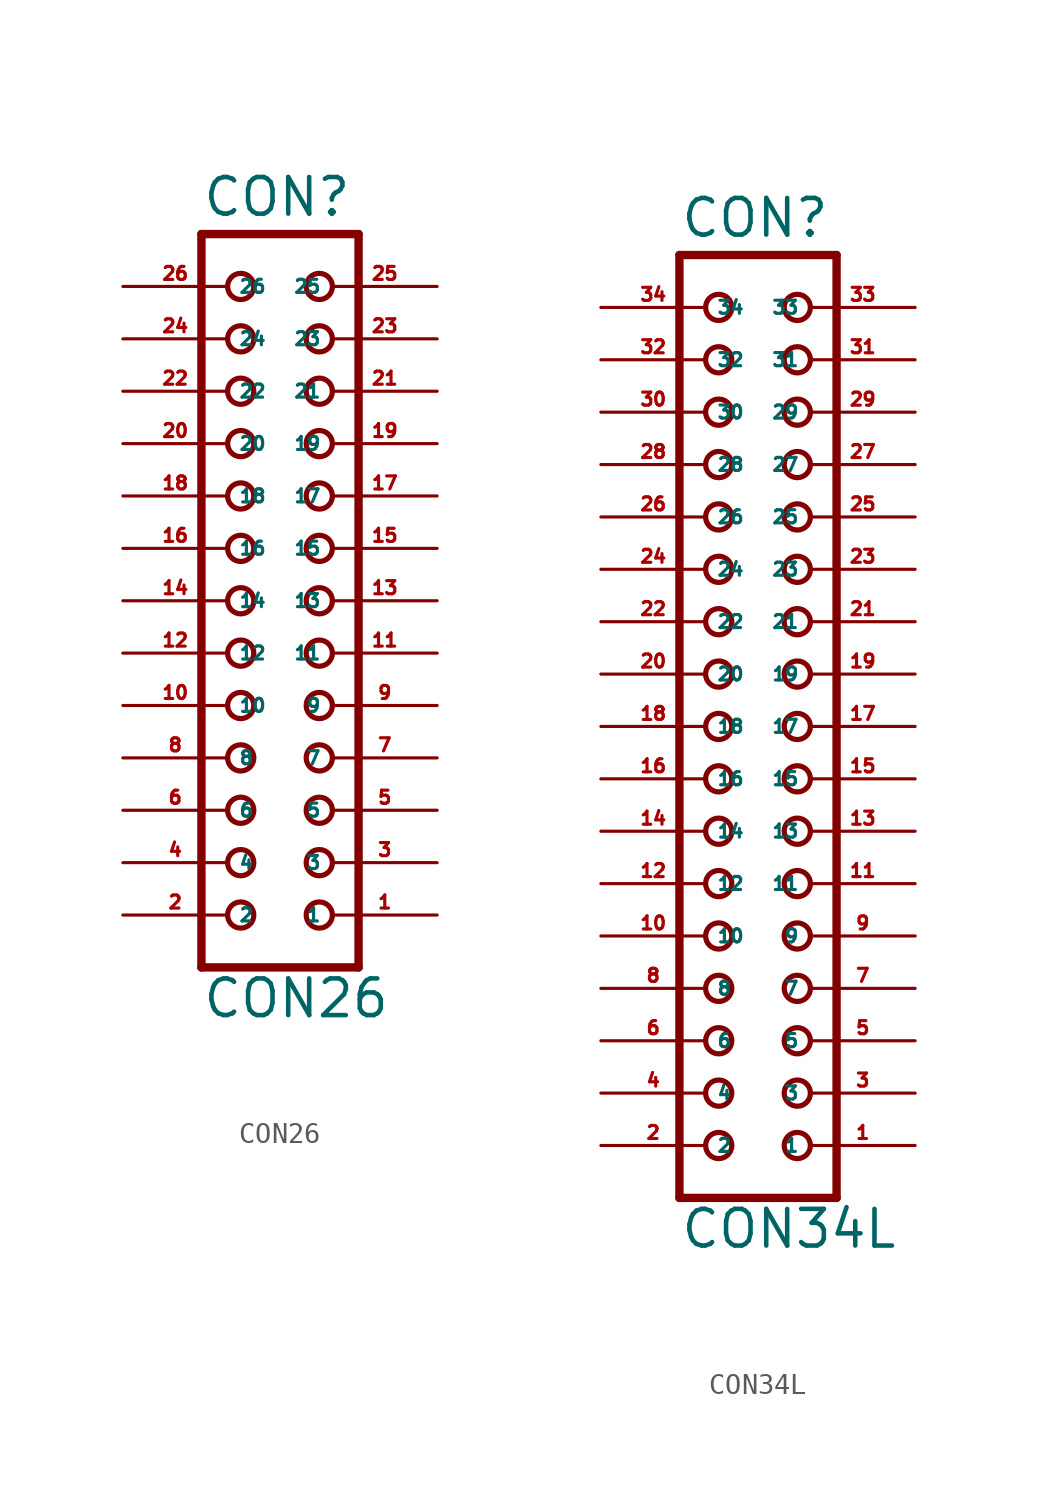
<source format=kicad_sym>
(kicad_symbol_lib
  (version 20220914)
  (generator Eagle2Kicad)
  (symbol "CON26"
    (property "Reference" "CON"
      (at -3.81 18.542 0)
      (effects (font (size 1.778 1.778) (thickness 0.22)) (justify left bottom)))
    (property "Value" "CON26"
      (at -3.81 -20.32 0)
      (effects (font (size 1.778 1.778) (thickness 0.22)) (justify left bottom)))
    (polyline
      (pts (xy 3.81 -17.78) (xy -3.81 -17.78))
      (stroke (width 0.406) (type default))
      (fill (type none)))
    (polyline
      (pts (xy -3.81 17.78) (xy -3.81 -17.78))
      (stroke (width 0.406) (type default))
      (fill (type none)))
    (polyline
      (pts (xy -3.81 17.78) (xy 3.81 17.78))
      (stroke (width 0.406) (type default))
      (fill (type none)))
    (polyline
      (pts (xy 3.81 -17.78) (xy 3.81 17.78))
      (stroke (width 0.406) (type default))
      (fill (type none)))
    (circle
      (center 1.905 -15.24)
      (radius 0.635)
      (stroke (width 0.254) (type default))
      (fill (type none)))
    (circle
      (center 1.905 -12.7)
      (radius 0.635)
      (stroke (width 0.254) (type default))
      (fill (type none)))
    (circle
      (center 1.905 -10.16)
      (radius 0.635)
      (stroke (width 0.254) (type default))
      (fill (type none)))
    (circle
      (center 1.905 -7.62)
      (radius 0.635)
      (stroke (width 0.254) (type default))
      (fill (type none)))
    (circle
      (center 1.905 -5.08)
      (radius 0.635)
      (stroke (width 0.254) (type default))
      (fill (type none)))
    (circle
      (center 1.905 -2.54)
      (radius 0.635)
      (stroke (width 0.254) (type default))
      (fill (type none)))
    (circle
      (center 1.905 0)
      (radius 0.635)
      (stroke (width 0.254) (type default))
      (fill (type none)))
    (circle
      (center 1.905 2.54)
      (radius 0.635)
      (stroke (width 0.254) (type default))
      (fill (type none)))
    (circle
      (center 1.905 5.08)
      (radius 0.635)
      (stroke (width 0.254) (type default))
      (fill (type none)))
    (circle
      (center 1.905 7.62)
      (radius 0.635)
      (stroke (width 0.254) (type default))
      (fill (type none)))
    (circle
      (center 1.905 10.16)
      (radius 0.635)
      (stroke (width 0.254) (type default))
      (fill (type none)))
    (circle
      (center 1.905 12.7)
      (radius 0.635)
      (stroke (width 0.254) (type default))
      (fill (type none)))
    (circle
      (center 1.905 15.24)
      (radius 0.635)
      (stroke (width 0.254) (type default))
      (fill (type none)))
    (circle
      (center -1.905 -15.24)
      (radius 0.635)
      (stroke (width 0.254) (type default))
      (fill (type none)))
    (circle
      (center -1.905 -12.7)
      (radius 0.635)
      (stroke (width 0.254) (type default))
      (fill (type none)))
    (circle
      (center -1.905 -10.16)
      (radius 0.635)
      (stroke (width 0.254) (type default))
      (fill (type none)))
    (circle
      (center -1.905 -7.62)
      (radius 0.635)
      (stroke (width 0.254) (type default))
      (fill (type none)))
    (circle
      (center -1.905 -5.08)
      (radius 0.635)
      (stroke (width 0.254) (type default))
      (fill (type none)))
    (circle
      (center -1.905 -2.54)
      (radius 0.635)
      (stroke (width 0.254) (type default))
      (fill (type none)))
    (circle
      (center -1.905 0)
      (radius 0.635)
      (stroke (width 0.254) (type default))
      (fill (type none)))
    (circle
      (center -1.905 2.54)
      (radius 0.635)
      (stroke (width 0.254) (type default))
      (fill (type none)))
    (circle
      (center -1.905 5.08)
      (radius 0.635)
      (stroke (width 0.254) (type default))
      (fill (type none)))
    (circle
      (center -1.905 7.62)
      (radius 0.635)
      (stroke (width 0.254) (type default))
      (fill (type none)))
    (circle
      (center -1.905 10.16)
      (radius 0.635)
      (stroke (width 0.254) (type default))
      (fill (type none)))
    (circle
      (center -1.905 12.7)
      (radius 0.635)
      (stroke (width 0.254) (type default))
      (fill (type none)))
    (circle
      (center -1.905 15.24)
      (radius 0.635)
      (stroke (width 0.254) (type default))
      (fill (type none)))
    (pin passive line
      (at 7.62 -15.24 180)
      (length 5.08)
      (name "1" (effects (font (size 0.635 0.635) (thickness 0.08)) (justify left bottom)))
      (number "1" (effects (font (size 0.635 0.635) (thickness 0.08)) (justify left bottom))))
    (pin passive line
      (at -7.62 -15.24 0)
      (length 5.08)
      (name "2" (effects (font (size 0.635 0.635) (thickness 0.08)) (justify left bottom)))
      (number "2" (effects (font (size 0.635 0.635) (thickness 0.08)) (justify left bottom))))
    (pin passive line
      (at 7.62 -12.7 180)
      (length 5.08)
      (name "3" (effects (font (size 0.635 0.635) (thickness 0.08)) (justify left bottom)))
      (number "3" (effects (font (size 0.635 0.635) (thickness 0.08)) (justify left bottom))))
    (pin passive line
      (at -7.62 -12.7 0)
      (length 5.08)
      (name "4" (effects (font (size 0.635 0.635) (thickness 0.08)) (justify left bottom)))
      (number "4" (effects (font (size 0.635 0.635) (thickness 0.08)) (justify left bottom))))
    (pin passive line
      (at 7.62 -10.16 180)
      (length 5.08)
      (name "5" (effects (font (size 0.635 0.635) (thickness 0.08)) (justify left bottom)))
      (number "5" (effects (font (size 0.635 0.635) (thickness 0.08)) (justify left bottom))))
    (pin passive line
      (at -7.62 -10.16 0)
      (length 5.08)
      (name "6" (effects (font (size 0.635 0.635) (thickness 0.08)) (justify left bottom)))
      (number "6" (effects (font (size 0.635 0.635) (thickness 0.08)) (justify left bottom))))
    (pin passive line
      (at 7.62 -7.62 180)
      (length 5.08)
      (name "7" (effects (font (size 0.635 0.635) (thickness 0.08)) (justify left bottom)))
      (number "7" (effects (font (size 0.635 0.635) (thickness 0.08)) (justify left bottom))))
    (pin passive line
      (at -7.62 -7.62 0)
      (length 5.08)
      (name "8" (effects (font (size 0.635 0.635) (thickness 0.08)) (justify left bottom)))
      (number "8" (effects (font (size 0.635 0.635) (thickness 0.08)) (justify left bottom))))
    (pin passive line
      (at 7.62 -5.08 180)
      (length 5.08)
      (name "9" (effects (font (size 0.635 0.635) (thickness 0.08)) (justify left bottom)))
      (number "9" (effects (font (size 0.635 0.635) (thickness 0.08)) (justify left bottom))))
    (pin passive line
      (at -7.62 -5.08 0)
      (length 5.08)
      (name "10" (effects (font (size 0.635 0.635) (thickness 0.08)) (justify left bottom)))
      (number "10" (effects (font (size 0.635 0.635) (thickness 0.08)) (justify left bottom))))
    (pin passive line
      (at 7.62 -2.54 180)
      (length 5.08)
      (name "11" (effects (font (size 0.635 0.635) (thickness 0.08)) (justify left bottom)))
      (number "11" (effects (font (size 0.635 0.635) (thickness 0.08)) (justify left bottom))))
    (pin passive line
      (at -7.62 -2.54 0)
      (length 5.08)
      (name "12" (effects (font (size 0.635 0.635) (thickness 0.08)) (justify left bottom)))
      (number "12" (effects (font (size 0.635 0.635) (thickness 0.08)) (justify left bottom))))
    (pin passive line
      (at 7.62 0 180)
      (length 5.08)
      (name "13" (effects (font (size 0.635 0.635) (thickness 0.08)) (justify left bottom)))
      (number "13" (effects (font (size 0.635 0.635) (thickness 0.08)) (justify left bottom))))
    (pin passive line
      (at -7.62 0 0)
      (length 5.08)
      (name "14" (effects (font (size 0.635 0.635) (thickness 0.08)) (justify left bottom)))
      (number "14" (effects (font (size 0.635 0.635) (thickness 0.08)) (justify left bottom))))
    (pin passive line
      (at 7.62 2.54 180)
      (length 5.08)
      (name "15" (effects (font (size 0.635 0.635) (thickness 0.08)) (justify left bottom)))
      (number "15" (effects (font (size 0.635 0.635) (thickness 0.08)) (justify left bottom))))
    (pin passive line
      (at -7.62 2.54 0)
      (length 5.08)
      (name "16" (effects (font (size 0.635 0.635) (thickness 0.08)) (justify left bottom)))
      (number "16" (effects (font (size 0.635 0.635) (thickness 0.08)) (justify left bottom))))
    (pin passive line
      (at 7.62 5.08 180)
      (length 5.08)
      (name "17" (effects (font (size 0.635 0.635) (thickness 0.08)) (justify left bottom)))
      (number "17" (effects (font (size 0.635 0.635) (thickness 0.08)) (justify left bottom))))
    (pin passive line
      (at -7.62 5.08 0)
      (length 5.08)
      (name "18" (effects (font (size 0.635 0.635) (thickness 0.08)) (justify left bottom)))
      (number "18" (effects (font (size 0.635 0.635) (thickness 0.08)) (justify left bottom))))
    (pin passive line
      (at 7.62 7.62 180)
      (length 5.08)
      (name "19" (effects (font (size 0.635 0.635) (thickness 0.08)) (justify left bottom)))
      (number "19" (effects (font (size 0.635 0.635) (thickness 0.08)) (justify left bottom))))
    (pin passive line
      (at -7.62 7.62 0)
      (length 5.08)
      (name "20" (effects (font (size 0.635 0.635) (thickness 0.08)) (justify left bottom)))
      (number "20" (effects (font (size 0.635 0.635) (thickness 0.08)) (justify left bottom))))
    (pin passive line
      (at 7.62 10.16 180)
      (length 5.08)
      (name "21" (effects (font (size 0.635 0.635) (thickness 0.08)) (justify left bottom)))
      (number "21" (effects (font (size 0.635 0.635) (thickness 0.08)) (justify left bottom))))
    (pin passive line
      (at -7.62 10.16 0)
      (length 5.08)
      (name "22" (effects (font (size 0.635 0.635) (thickness 0.08)) (justify left bottom)))
      (number "22" (effects (font (size 0.635 0.635) (thickness 0.08)) (justify left bottom))))
    (pin passive line
      (at 7.62 12.7 180)
      (length 5.08)
      (name "23" (effects (font (size 0.635 0.635) (thickness 0.08)) (justify left bottom)))
      (number "23" (effects (font (size 0.635 0.635) (thickness 0.08)) (justify left bottom))))
    (pin passive line
      (at -7.62 12.7 0)
      (length 5.08)
      (name "24" (effects (font (size 0.635 0.635) (thickness 0.08)) (justify left bottom)))
      (number "24" (effects (font (size 0.635 0.635) (thickness 0.08)) (justify left bottom))))
    (pin passive line
      (at 7.62 15.24 180)
      (length 5.08)
      (name "25" (effects (font (size 0.635 0.635) (thickness 0.08)) (justify left bottom)))
      (number "25" (effects (font (size 0.635 0.635) (thickness 0.08)) (justify left bottom))))
    (pin passive line
      (at -7.62 15.24 0)
      (length 5.08)
      (name "26" (effects (font (size 0.635 0.635) (thickness 0.08)) (justify left bottom)))
      (number "26" (effects (font (size 0.635 0.635) (thickness 0.08)) (justify left bottom)))))
  (symbol "CON34L"
    (property "Reference" "CON"
      (at -3.81 23.622 0)
      (effects (font (size 1.778 1.778) (thickness 0.22)) (justify left bottom)))
    (property "Value" "CON34L"
      (at -3.81 -25.4 0)
      (effects (font (size 1.778 1.778) (thickness 0.22)) (justify left bottom)))
    (polyline
      (pts (xy 3.81 -22.86) (xy -3.81 -22.86))
      (stroke (width 0.406) (type default))
      (fill (type none)))
    (polyline
      (pts (xy -3.81 22.86) (xy -3.81 -22.86))
      (stroke (width 0.406) (type default))
      (fill (type none)))
    (polyline
      (pts (xy -3.81 22.86) (xy 3.81 22.86))
      (stroke (width 0.406) (type default))
      (fill (type none)))
    (polyline
      (pts (xy 3.81 -22.86) (xy 3.81 22.86))
      (stroke (width 0.406) (type default))
      (fill (type none)))
    (circle
      (center 1.905 -20.32)
      (radius 0.635)
      (stroke (width 0.254) (type default))
      (fill (type none)))
    (circle
      (center 1.905 -17.78)
      (radius 0.635)
      (stroke (width 0.254) (type default))
      (fill (type none)))
    (circle
      (center 1.905 -15.24)
      (radius 0.635)
      (stroke (width 0.254) (type default))
      (fill (type none)))
    (circle
      (center 1.905 -12.7)
      (radius 0.635)
      (stroke (width 0.254) (type default))
      (fill (type none)))
    (circle
      (center 1.905 -10.16)
      (radius 0.635)
      (stroke (width 0.254) (type default))
      (fill (type none)))
    (circle
      (center 1.905 -7.62)
      (radius 0.635)
      (stroke (width 0.254) (type default))
      (fill (type none)))
    (circle
      (center 1.905 -5.08)
      (radius 0.635)
      (stroke (width 0.254) (type default))
      (fill (type none)))
    (circle
      (center 1.905 -2.54)
      (radius 0.635)
      (stroke (width 0.254) (type default))
      (fill (type none)))
    (circle
      (center -1.905 -20.32)
      (radius 0.635)
      (stroke (width 0.254) (type default))
      (fill (type none)))
    (circle
      (center -1.905 -17.78)
      (radius 0.635)
      (stroke (width 0.254) (type default))
      (fill (type none)))
    (circle
      (center -1.905 -15.24)
      (radius 0.635)
      (stroke (width 0.254) (type default))
      (fill (type none)))
    (circle
      (center -1.905 -12.7)
      (radius 0.635)
      (stroke (width 0.254) (type default))
      (fill (type none)))
    (circle
      (center -1.905 -10.16)
      (radius 0.635)
      (stroke (width 0.254) (type default))
      (fill (type none)))
    (circle
      (center -1.905 -7.62)
      (radius 0.635)
      (stroke (width 0.254) (type default))
      (fill (type none)))
    (circle
      (center -1.905 -5.08)
      (radius 0.635)
      (stroke (width 0.254) (type default))
      (fill (type none)))
    (circle
      (center -1.905 -2.54)
      (radius 0.635)
      (stroke (width 0.254) (type default))
      (fill (type none)))
    (circle
      (center 1.905 0)
      (radius 0.635)
      (stroke (width 0.254) (type default))
      (fill (type none)))
    (circle
      (center 1.905 2.54)
      (radius 0.635)
      (stroke (width 0.254) (type default))
      (fill (type none)))
    (circle
      (center 1.905 5.08)
      (radius 0.635)
      (stroke (width 0.254) (type default))
      (fill (type none)))
    (circle
      (center 1.905 7.62)
      (radius 0.635)
      (stroke (width 0.254) (type default))
      (fill (type none)))
    (circle
      (center 1.905 10.16)
      (radius 0.635)
      (stroke (width 0.254) (type default))
      (fill (type none)))
    (circle
      (center 1.905 12.7)
      (radius 0.635)
      (stroke (width 0.254) (type default))
      (fill (type none)))
    (circle
      (center 1.905 15.24)
      (radius 0.635)
      (stroke (width 0.254) (type default))
      (fill (type none)))
    (circle
      (center 1.905 17.78)
      (radius 0.635)
      (stroke (width 0.254) (type default))
      (fill (type none)))
    (circle
      (center -1.905 0)
      (radius 0.635)
      (stroke (width 0.254) (type default))
      (fill (type none)))
    (circle
      (center -1.905 2.54)
      (radius 0.635)
      (stroke (width 0.254) (type default))
      (fill (type none)))
    (circle
      (center -1.905 5.08)
      (radius 0.635)
      (stroke (width 0.254) (type default))
      (fill (type none)))
    (circle
      (center -1.905 7.62)
      (radius 0.635)
      (stroke (width 0.254) (type default))
      (fill (type none)))
    (circle
      (center -1.905 10.16)
      (radius 0.635)
      (stroke (width 0.254) (type default))
      (fill (type none)))
    (circle
      (center -1.905 12.7)
      (radius 0.635)
      (stroke (width 0.254) (type default))
      (fill (type none)))
    (circle
      (center -1.905 15.24)
      (radius 0.635)
      (stroke (width 0.254) (type default))
      (fill (type none)))
    (circle
      (center -1.905 17.78)
      (radius 0.635)
      (stroke (width 0.254) (type default))
      (fill (type none)))
    (circle
      (center -1.905 20.32)
      (radius 0.635)
      (stroke (width 0.254) (type default))
      (fill (type none)))
    (circle
      (center 1.905 20.32)
      (radius 0.635)
      (stroke (width 0.254) (type default))
      (fill (type none)))
    (pin passive line
      (at 7.62 -20.32 180)
      (length 5.08)
      (name "1" (effects (font (size 0.635 0.635) (thickness 0.08)) (justify left bottom)))
      (number "1" (effects (font (size 0.635 0.635) (thickness 0.08)) (justify left bottom))))
    (pin passive line
      (at -7.62 -20.32 0)
      (length 5.08)
      (name "2" (effects (font (size 0.635 0.635) (thickness 0.08)) (justify left bottom)))
      (number "2" (effects (font (size 0.635 0.635) (thickness 0.08)) (justify left bottom))))
    (pin passive line
      (at 7.62 -17.78 180)
      (length 5.08)
      (name "3" (effects (font (size 0.635 0.635) (thickness 0.08)) (justify left bottom)))
      (number "3" (effects (font (size 0.635 0.635) (thickness 0.08)) (justify left bottom))))
    (pin passive line
      (at -7.62 -17.78 0)
      (length 5.08)
      (name "4" (effects (font (size 0.635 0.635) (thickness 0.08)) (justify left bottom)))
      (number "4" (effects (font (size 0.635 0.635) (thickness 0.08)) (justify left bottom))))
    (pin passive line
      (at 7.62 -15.24 180)
      (length 5.08)
      (name "5" (effects (font (size 0.635 0.635) (thickness 0.08)) (justify left bottom)))
      (number "5" (effects (font (size 0.635 0.635) (thickness 0.08)) (justify left bottom))))
    (pin passive line
      (at -7.62 -15.24 0)
      (length 5.08)
      (name "6" (effects (font (size 0.635 0.635) (thickness 0.08)) (justify left bottom)))
      (number "6" (effects (font (size 0.635 0.635) (thickness 0.08)) (justify left bottom))))
    (pin passive line
      (at 7.62 -12.7 180)
      (length 5.08)
      (name "7" (effects (font (size 0.635 0.635) (thickness 0.08)) (justify left bottom)))
      (number "7" (effects (font (size 0.635 0.635) (thickness 0.08)) (justify left bottom))))
    (pin passive line
      (at -7.62 -12.7 0)
      (length 5.08)
      (name "8" (effects (font (size 0.635 0.635) (thickness 0.08)) (justify left bottom)))
      (number "8" (effects (font (size 0.635 0.635) (thickness 0.08)) (justify left bottom))))
    (pin passive line
      (at 7.62 -10.16 180)
      (length 5.08)
      (name "9" (effects (font (size 0.635 0.635) (thickness 0.08)) (justify left bottom)))
      (number "9" (effects (font (size 0.635 0.635) (thickness 0.08)) (justify left bottom))))
    (pin passive line
      (at -7.62 -10.16 0)
      (length 5.08)
      (name "10" (effects (font (size 0.635 0.635) (thickness 0.08)) (justify left bottom)))
      (number "10" (effects (font (size 0.635 0.635) (thickness 0.08)) (justify left bottom))))
    (pin passive line
      (at 7.62 -7.62 180)
      (length 5.08)
      (name "11" (effects (font (size 0.635 0.635) (thickness 0.08)) (justify left bottom)))
      (number "11" (effects (font (size 0.635 0.635) (thickness 0.08)) (justify left bottom))))
    (pin passive line
      (at -7.62 -7.62 0)
      (length 5.08)
      (name "12" (effects (font (size 0.635 0.635) (thickness 0.08)) (justify left bottom)))
      (number "12" (effects (font (size 0.635 0.635) (thickness 0.08)) (justify left bottom))))
    (pin passive line
      (at 7.62 -5.08 180)
      (length 5.08)
      (name "13" (effects (font (size 0.635 0.635) (thickness 0.08)) (justify left bottom)))
      (number "13" (effects (font (size 0.635 0.635) (thickness 0.08)) (justify left bottom))))
    (pin passive line
      (at -7.62 -5.08 0)
      (length 5.08)
      (name "14" (effects (font (size 0.635 0.635) (thickness 0.08)) (justify left bottom)))
      (number "14" (effects (font (size 0.635 0.635) (thickness 0.08)) (justify left bottom))))
    (pin passive line
      (at 7.62 -2.54 180)
      (length 5.08)
      (name "15" (effects (font (size 0.635 0.635) (thickness 0.08)) (justify left bottom)))
      (number "15" (effects (font (size 0.635 0.635) (thickness 0.08)) (justify left bottom))))
    (pin passive line
      (at -7.62 -2.54 0)
      (length 5.08)
      (name "16" (effects (font (size 0.635 0.635) (thickness 0.08)) (justify left bottom)))
      (number "16" (effects (font (size 0.635 0.635) (thickness 0.08)) (justify left bottom))))
    (pin passive line
      (at 7.62 0 180)
      (length 5.08)
      (name "17" (effects (font (size 0.635 0.635) (thickness 0.08)) (justify left bottom)))
      (number "17" (effects (font (size 0.635 0.635) (thickness 0.08)) (justify left bottom))))
    (pin passive line
      (at -7.62 0 0)
      (length 5.08)
      (name "18" (effects (font (size 0.635 0.635) (thickness 0.08)) (justify left bottom)))
      (number "18" (effects (font (size 0.635 0.635) (thickness 0.08)) (justify left bottom))))
    (pin passive line
      (at 7.62 2.54 180)
      (length 5.08)
      (name "19" (effects (font (size 0.635 0.635) (thickness 0.08)) (justify left bottom)))
      (number "19" (effects (font (size 0.635 0.635) (thickness 0.08)) (justify left bottom))))
    (pin passive line
      (at -7.62 2.54 0)
      (length 5.08)
      (name "20" (effects (font (size 0.635 0.635) (thickness 0.08)) (justify left bottom)))
      (number "20" (effects (font (size 0.635 0.635) (thickness 0.08)) (justify left bottom))))
    (pin passive line
      (at 7.62 5.08 180)
      (length 5.08)
      (name "21" (effects (font (size 0.635 0.635) (thickness 0.08)) (justify left bottom)))
      (number "21" (effects (font (size 0.635 0.635) (thickness 0.08)) (justify left bottom))))
    (pin passive line
      (at -7.62 5.08 0)
      (length 5.08)
      (name "22" (effects (font (size 0.635 0.635) (thickness 0.08)) (justify left bottom)))
      (number "22" (effects (font (size 0.635 0.635) (thickness 0.08)) (justify left bottom))))
    (pin passive line
      (at 7.62 7.62 180)
      (length 5.08)
      (name "23" (effects (font (size 0.635 0.635) (thickness 0.08)) (justify left bottom)))
      (number "23" (effects (font (size 0.635 0.635) (thickness 0.08)) (justify left bottom))))
    (pin passive line
      (at -7.62 7.62 0)
      (length 5.08)
      (name "24" (effects (font (size 0.635 0.635) (thickness 0.08)) (justify left bottom)))
      (number "24" (effects (font (size 0.635 0.635) (thickness 0.08)) (justify left bottom))))
    (pin passive line
      (at 7.62 10.16 180)
      (length 5.08)
      (name "25" (effects (font (size 0.635 0.635) (thickness 0.08)) (justify left bottom)))
      (number "25" (effects (font (size 0.635 0.635) (thickness 0.08)) (justify left bottom))))
    (pin passive line
      (at -7.62 10.16 0)
      (length 5.08)
      (name "26" (effects (font (size 0.635 0.635) (thickness 0.08)) (justify left bottom)))
      (number "26" (effects (font (size 0.635 0.635) (thickness 0.08)) (justify left bottom))))
    (pin passive line
      (at 7.62 12.7 180)
      (length 5.08)
      (name "27" (effects (font (size 0.635 0.635) (thickness 0.08)) (justify left bottom)))
      (number "27" (effects (font (size 0.635 0.635) (thickness 0.08)) (justify left bottom))))
    (pin passive line
      (at -7.62 12.7 0)
      (length 5.08)
      (name "28" (effects (font (size 0.635 0.635) (thickness 0.08)) (justify left bottom)))
      (number "28" (effects (font (size 0.635 0.635) (thickness 0.08)) (justify left bottom))))
    (pin passive line
      (at 7.62 15.24 180)
      (length 5.08)
      (name "29" (effects (font (size 0.635 0.635) (thickness 0.08)) (justify left bottom)))
      (number "29" (effects (font (size 0.635 0.635) (thickness 0.08)) (justify left bottom))))
    (pin passive line
      (at -7.62 15.24 0)
      (length 5.08)
      (name "30" (effects (font (size 0.635 0.635) (thickness 0.08)) (justify left bottom)))
      (number "30" (effects (font (size 0.635 0.635) (thickness 0.08)) (justify left bottom))))
    (pin passive line
      (at 7.62 17.78 180)
      (length 5.08)
      (name "31" (effects (font (size 0.635 0.635) (thickness 0.08)) (justify left bottom)))
      (number "31" (effects (font (size 0.635 0.635) (thickness 0.08)) (justify left bottom))))
    (pin passive line
      (at -7.62 17.78 0)
      (length 5.08)
      (name "32" (effects (font (size 0.635 0.635) (thickness 0.08)) (justify left bottom)))
      (number "32" (effects (font (size 0.635 0.635) (thickness 0.08)) (justify left bottom))))
    (pin passive line
      (at 7.62 20.32 180)
      (length 5.08)
      (name "33" (effects (font (size 0.635 0.635) (thickness 0.08)) (justify left bottom)))
      (number "33" (effects (font (size 0.635 0.635) (thickness 0.08)) (justify left bottom))))
    (pin passive line
      (at -7.62 20.32 0)
      (length 5.08)
      (name "34" (effects (font (size 0.635 0.635) (thickness 0.08)) (justify left bottom)))
      (number "34" (effects (font (size 0.635 0.635) (thickness 0.08)) (justify left bottom))))))
</source>
